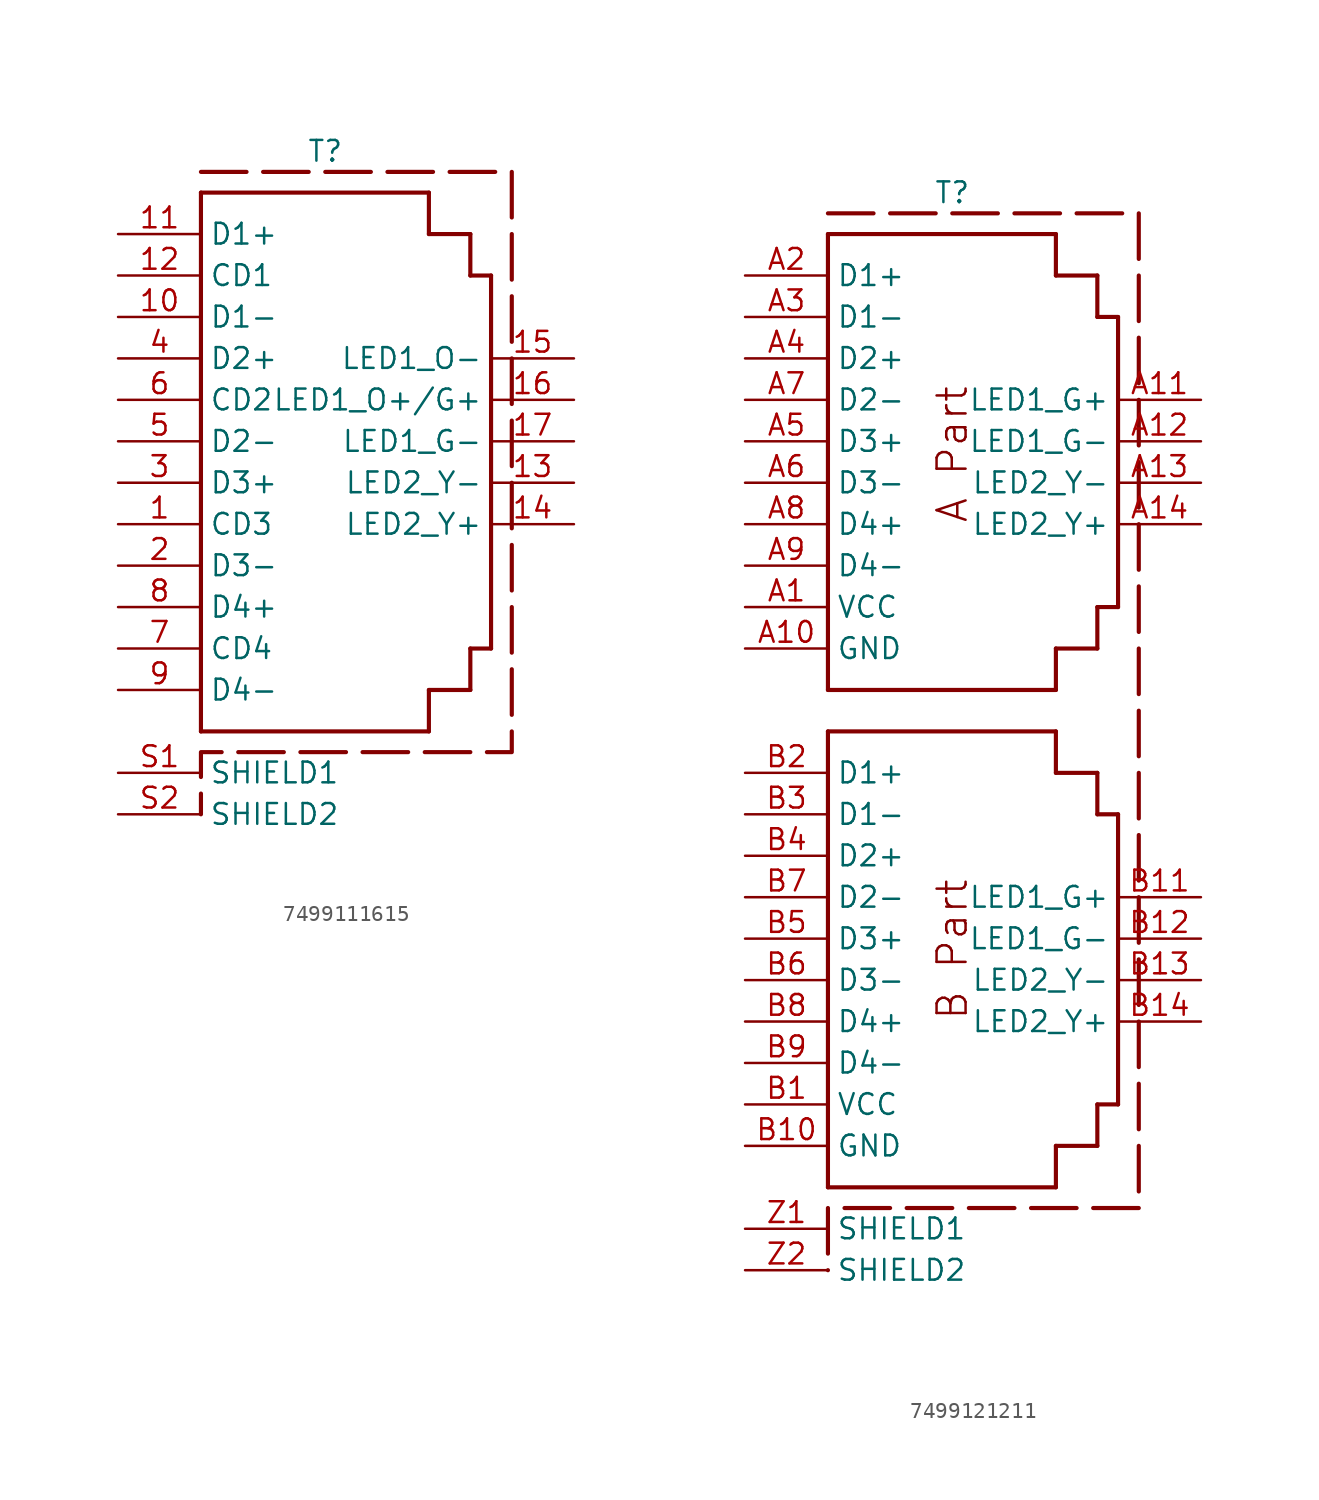
<source format=kicad_sym>
(kicad_symbol_lib
  (version 20220914)
  (generator kicad_symbol_editor)
  (symbol "7499111615"
    (property "Reference" "T"
      (at 0 20.32 0)
      (effects (font (size 1.27 1.27))))
    (property "Critical Parameter" ""
      (at 0 -5.08 0)
      (effects (font (size 1.27 1.27)) (justify left)))
    (symbol "7499111615_0_0"
      (polyline (pts (xy -7.62 -15.24) (xy -7.62 17.78)) (stroke (width 0.254) (type default)) (fill (type none)))
      (polyline (pts (xy -7.62 17.78) (xy 6.35 17.78)) (stroke (width 0.254) (type default)) (fill (type none)))
      (polyline (pts (xy 6.35 -15.24) (xy -7.62 -15.24)) (stroke (width 0.254) (type default)) (fill (type none)))
      (polyline (pts (xy 6.35 -15.24) (xy 6.35 -12.7)) (stroke (width 0.254) (type default)) (fill (type none)))
      (polyline (pts (xy 6.35 -12.7) (xy 8.89 -12.7)) (stroke (width 0.254) (type default)) (fill (type none)))
      (polyline (pts (xy 6.35 15.24) (xy 8.89 15.24)) (stroke (width 0.254) (type default)) (fill (type none)))
      (polyline (pts (xy 6.35 17.78) (xy 6.35 15.24)) (stroke (width 0.254) (type default)) (fill (type none)))
      (polyline (pts (xy 8.89 -12.7) (xy 8.89 -10.16)) (stroke (width 0.254) (type default)) (fill (type none)))
      (polyline (pts (xy 8.89 -10.16) (xy 10.16 -10.16)) (stroke (width 0.254) (type default)) (fill (type none)))
      (polyline (pts (xy 8.89 12.7) (xy 10.16 12.7)) (stroke (width 0.254) (type default)) (fill (type none)))
      (polyline (pts (xy 8.89 15.24) (xy 8.89 12.7)) (stroke (width 0.254) (type default)) (fill (type none)))
      (polyline (pts (xy 10.16 12.7) (xy 10.16 -10.16)) (stroke (width 0.254) (type default)) (fill (type none)))
      (pin passive line (at -12.7 -2.54 0) (length 5.08) (name "CD3" (effects (font (size 1.27 1.27)))) (number "1" (effects (font (size 1.27 1.27)))))
      (pin passive line (at -12.7 10.16 0) (length 5.08) (name "D1-" (effects (font (size 1.27 1.27)))) (number "10" (effects (font (size 1.27 1.27)))))
      (pin passive line (at -12.7 15.24 0) (length 5.08) (name "D1+" (effects (font (size 1.27 1.27)))) (number "11" (effects (font (size 1.27 1.27)))))
      (pin passive line (at -12.7 12.7 0) (length 5.08) (name "CD1" (effects (font (size 1.27 1.27)))) (number "12" (effects (font (size 1.27 1.27)))))
      (pin passive line (at -12.7 -5.08 0) (length 5.08) (name "D3-" (effects (font (size 1.27 1.27)))) (number "2" (effects (font (size 1.27 1.27)))))
      (pin passive line (at -12.7 0 0) (length 5.08) (name "D3+" (effects (font (size 1.27 1.27)))) (number "3" (effects (font (size 1.27 1.27)))))
      (pin passive line (at -12.7 7.62 0) (length 5.08) (name "D2+" (effects (font (size 1.27 1.27)))) (number "4" (effects (font (size 1.27 1.27)))))
      (pin passive line (at -12.7 2.54 0) (length 5.08) (name "D2-" (effects (font (size 1.27 1.27)))) (number "5" (effects (font (size 1.27 1.27)))))
      (pin passive line (at -12.7 5.08 0) (length 5.08) (name "CD2" (effects (font (size 1.27 1.27)))) (number "6" (effects (font (size 1.27 1.27)))))
      (pin passive line (at -12.7 -10.16 0) (length 5.08) (name "CD4" (effects (font (size 1.27 1.27)))) (number "7" (effects (font (size 1.27 1.27)))))
      (pin passive line (at -12.7 -7.62 0) (length 5.08) (name "D4+" (effects (font (size 1.27 1.27)))) (number "8" (effects (font (size 1.27 1.27)))))
      (pin passive line (at -12.7 -12.7 0) (length 5.08) (name "D4-" (effects (font (size 1.27 1.27)))) (number "9" (effects (font (size 1.27 1.27)))))
      (pin passive line (at -12.7 -17.78 0) (length 5.08) (name "SHIELD1" (effects (font (size 1.27 1.27)))) (number "S1" (effects (font (size 1.27 1.27)))))
      (pin passive line (at -12.7 -20.32 0) (length 5.08) (name "SHIELD2" (effects (font (size 1.27 1.27)))) (number "S2" (effects (font (size 1.27 1.27))))))
    (symbol "7499111615_1_0"
      (pin passive line (at 15.24 0 180) (length 5.08) (name "LED2_Y-" (effects (font (size 1.27 1.27)))) (number "13" (effects (font (size 1.27 1.27)))))
      (pin passive line (at 15.24 -2.54 180) (length 5.08) (name "LED2_Y+" (effects (font (size 1.27 1.27)))) (number "14" (effects (font (size 1.27 1.27)))))
      (pin passive line (at 15.24 7.62 180) (length 5.08) (name "LED1_O-" (effects (font (size 1.27 1.27)))) (number "15" (effects (font (size 1.27 1.27)))))
      (pin passive line (at 15.24 5.08 180) (length 5.08) (name "LED1_O+/G+" (effects (font (size 1.27 1.27)))) (number "16" (effects (font (size 1.27 1.27)))))
      (pin passive line (at 15.24 2.54 180) (length 5.08) (name "LED1_G-" (effects (font (size 1.27 1.27)))) (number "17" (effects (font (size 1.27 1.27))))))
    (symbol "7499111615_1_1"
      (polyline (pts (xy -7.62 19.05) (xy 11.43 19.05) (xy 11.43 -16.51) (xy -7.62 -16.51) (xy -7.62 -20.32)) (stroke (width 0.254) (type dash)) (fill (type none)))))
  (symbol "7499121211"
    (property "Reference" "T"
      (at 0 30.48 0)
      (effects (font (size 1.27 1.27))))
    (property "Critical Parameter" ""
      (at 0 -5.08 0)
      (effects (font (size 1.27 1.27)) (justify left)))
    (symbol "7499121211_0_0"
      (polyline (pts (xy -7.62 -30.48) (xy -7.62 -2.54)) (stroke (width 0.254) (type default)) (fill (type none)))
      (polyline (pts (xy -7.62 -2.54) (xy 6.35 -2.54)) (stroke (width 0.254) (type default)) (fill (type none)))
      (polyline (pts (xy -7.62 0) (xy -7.62 27.94)) (stroke (width 0.254) (type default)) (fill (type none)))
      (polyline (pts (xy -7.62 27.94) (xy 6.35 27.94)) (stroke (width 0.254) (type default)) (fill (type none)))
      (polyline (pts (xy 6.35 -30.48) (xy -7.62 -30.48)) (stroke (width 0.254) (type default)) (fill (type none)))
      (polyline (pts (xy 6.35 -30.48) (xy 6.35 -27.94)) (stroke (width 0.254) (type default)) (fill (type none)))
      (polyline (pts (xy 6.35 -27.94) (xy 8.89 -27.94)) (stroke (width 0.254) (type default)) (fill (type none)))
      (polyline (pts (xy 6.35 -5.08) (xy 8.89 -5.08)) (stroke (width 0.254) (type default)) (fill (type none)))
      (polyline (pts (xy 6.35 -2.54) (xy 6.35 -5.08)) (stroke (width 0.254) (type default)) (fill (type none)))
      (polyline (pts (xy 6.35 0) (xy -7.62 0)) (stroke (width 0.254) (type default)) (fill (type none)))
      (polyline (pts (xy 6.35 0) (xy 6.35 2.54)) (stroke (width 0.254) (type default)) (fill (type none)))
      (polyline (pts (xy 6.35 2.54) (xy 8.89 2.54)) (stroke (width 0.254) (type default)) (fill (type none)))
      (polyline (pts (xy 6.35 25.4) (xy 8.89 25.4)) (stroke (width 0.254) (type default)) (fill (type none)))
      (polyline (pts (xy 6.35 27.94) (xy 6.35 25.4)) (stroke (width 0.254) (type default)) (fill (type none)))
      (polyline (pts (xy 8.89 -27.94) (xy 8.89 -25.4)) (stroke (width 0.254) (type default)) (fill (type none)))
      (polyline (pts (xy 8.89 -25.4) (xy 10.16 -25.4)) (stroke (width 0.254) (type default)) (fill (type none)))
      (polyline (pts (xy 8.89 -7.62) (xy 10.16 -7.62)) (stroke (width 0.254) (type default)) (fill (type none)))
      (polyline (pts (xy 8.89 -5.08) (xy 8.89 -7.62)) (stroke (width 0.254) (type default)) (fill (type none)))
      (polyline (pts (xy 8.89 2.54) (xy 8.89 5.08)) (stroke (width 0.254) (type default)) (fill (type none)))
      (polyline (pts (xy 8.89 5.08) (xy 10.16 5.08)) (stroke (width 0.254) (type default)) (fill (type none)))
      (polyline (pts (xy 8.89 22.86) (xy 10.16 22.86)) (stroke (width 0.254) (type default)) (fill (type none)))
      (polyline (pts (xy 8.89 25.4) (xy 8.89 22.86)) (stroke (width 0.254) (type default)) (fill (type none)))
      (polyline (pts (xy 10.16 -7.62) (xy 10.16 -25.4)) (stroke (width 0.254) (type default)) (fill (type none)))
      (polyline (pts (xy 10.16 22.86) (xy 10.16 5.08)) (stroke (width 0.254) (type default)) (fill (type none)))
      (text "A Part" (at 0 10.16 900) (effects (font (size 1.778 1.778)) (justify left)))
      (text "B Part" (at 0 -20.32 900) (effects (font (size 1.778 1.778)) (justify left)))
      (pin passive line (at -12.7 -33.02 0) (length 5.08) (name "SHIELD1" (effects (font (size 1.27 1.27)))) (number "Z1" (effects (font (size 1.27 1.27)))))
      (pin passive line (at -12.7 -35.56 0) (length 5.08) (name "SHIELD2" (effects (font (size 1.27 1.27)))) (number "Z2" (effects (font (size 1.27 1.27))))))
    (symbol "7499121211_1_0"
      (pin passive line (at -12.7 5.08 0) (length 5.08) (name "VCC" (effects (font (size 1.27 1.27)))) (number "A1" (effects (font (size 1.27 1.27)))))
      (pin passive line (at -12.7 2.54 0) (length 5.08) (name "GND" (effects (font (size 1.27 1.27)))) (number "A10" (effects (font (size 1.27 1.27)))))
      (pin passive line (at 15.24 17.78 180) (length 5.08) (name "LED1_G+" (effects (font (size 1.27 1.27)))) (number "A11" (effects (font (size 1.27 1.27)))))
      (pin passive line (at 15.24 15.24 180) (length 5.08) (name "LED1_G-" (effects (font (size 1.27 1.27)))) (number "A12" (effects (font (size 1.27 1.27)))))
      (pin passive line (at 15.24 12.7 180) (length 5.08) (name "LED2_Y-" (effects (font (size 1.27 1.27)))) (number "A13" (effects (font (size 1.27 1.27)))))
      (pin passive line (at 15.24 10.16 180) (length 5.08) (name "LED2_Y+" (effects (font (size 1.27 1.27)))) (number "A14" (effects (font (size 1.27 1.27)))))
      (pin passive line (at -12.7 25.4 0) (length 5.08) (name "D1+" (effects (font (size 1.27 1.27)))) (number "A2" (effects (font (size 1.27 1.27)))))
      (pin passive line (at -12.7 22.86 0) (length 5.08) (name "D1-" (effects (font (size 1.27 1.27)))) (number "A3" (effects (font (size 1.27 1.27)))))
      (pin passive line (at -12.7 20.32 0) (length 5.08) (name "D2+" (effects (font (size 1.27 1.27)))) (number "A4" (effects (font (size 1.27 1.27)))))
      (pin passive line (at -12.7 15.24 0) (length 5.08) (name "D3+" (effects (font (size 1.27 1.27)))) (number "A5" (effects (font (size 1.27 1.27)))))
      (pin passive line (at -12.7 12.7 0) (length 5.08) (name "D3-" (effects (font (size 1.27 1.27)))) (number "A6" (effects (font (size 1.27 1.27)))))
      (pin passive line (at -12.7 17.78 0) (length 5.08) (name "D2-" (effects (font (size 1.27 1.27)))) (number "A7" (effects (font (size 1.27 1.27)))))
      (pin passive line (at -12.7 10.16 0) (length 5.08) (name "D4+" (effects (font (size 1.27 1.27)))) (number "A8" (effects (font (size 1.27 1.27)))))
      (pin passive line (at -12.7 7.62 0) (length 5.08) (name "D4-" (effects (font (size 1.27 1.27)))) (number "A9" (effects (font (size 1.27 1.27)))))
      (pin passive line (at -12.7 -25.4 0) (length 5.08) (name "VCC" (effects (font (size 1.27 1.27)))) (number "B1" (effects (font (size 1.27 1.27)))))
      (pin passive line (at -12.7 -27.94 0) (length 5.08) (name "GND" (effects (font (size 1.27 1.27)))) (number "B10" (effects (font (size 1.27 1.27)))))
      (pin passive line (at 15.24 -12.7 180) (length 5.08) (name "LED1_G+" (effects (font (size 1.27 1.27)))) (number "B11" (effects (font (size 1.27 1.27)))))
      (pin passive line (at 15.24 -15.24 180) (length 5.08) (name "LED1_G-" (effects (font (size 1.27 1.27)))) (number "B12" (effects (font (size 1.27 1.27)))))
      (pin passive line (at 15.24 -17.78 180) (length 5.08) (name "LED2_Y-" (effects (font (size 1.27 1.27)))) (number "B13" (effects (font (size 1.27 1.27)))))
      (pin passive line (at 15.24 -20.32 180) (length 5.08) (name "LED2_Y+" (effects (font (size 1.27 1.27)))) (number "B14" (effects (font (size 1.27 1.27)))))
      (pin passive line (at -12.7 -5.08 0) (length 5.08) (name "D1+" (effects (font (size 1.27 1.27)))) (number "B2" (effects (font (size 1.27 1.27)))))
      (pin passive line (at -12.7 -7.62 0) (length 5.08) (name "D1-" (effects (font (size 1.27 1.27)))) (number "B3" (effects (font (size 1.27 1.27)))))
      (pin passive line (at -12.7 -10.16 0) (length 5.08) (name "D2+" (effects (font (size 1.27 1.27)))) (number "B4" (effects (font (size 1.27 1.27)))))
      (pin passive line (at -12.7 -15.24 0) (length 5.08) (name "D3+" (effects (font (size 1.27 1.27)))) (number "B5" (effects (font (size 1.27 1.27)))))
      (pin passive line (at -12.7 -17.78 0) (length 5.08) (name "D3-" (effects (font (size 1.27 1.27)))) (number "B6" (effects (font (size 1.27 1.27)))))
      (pin passive line (at -12.7 -12.7 0) (length 5.08) (name "D2-" (effects (font (size 1.27 1.27)))) (number "B7" (effects (font (size 1.27 1.27)))))
      (pin passive line (at -12.7 -20.32 0) (length 5.08) (name "D4+" (effects (font (size 1.27 1.27)))) (number "B8" (effects (font (size 1.27 1.27)))))
      (pin passive line (at -12.7 -22.86 0) (length 5.08) (name "D4-" (effects (font (size 1.27 1.27)))) (number "B9" (effects (font (size 1.27 1.27))))))
    (symbol "7499121211_1_1"
      (polyline (pts (xy -7.62 29.21) (xy 11.43 29.21) (xy 11.43 -31.75) (xy -7.62 -31.75) (xy -7.62 -35.56)) (stroke (width 0.254) (type dash)) (fill (type none))))))
</source>
